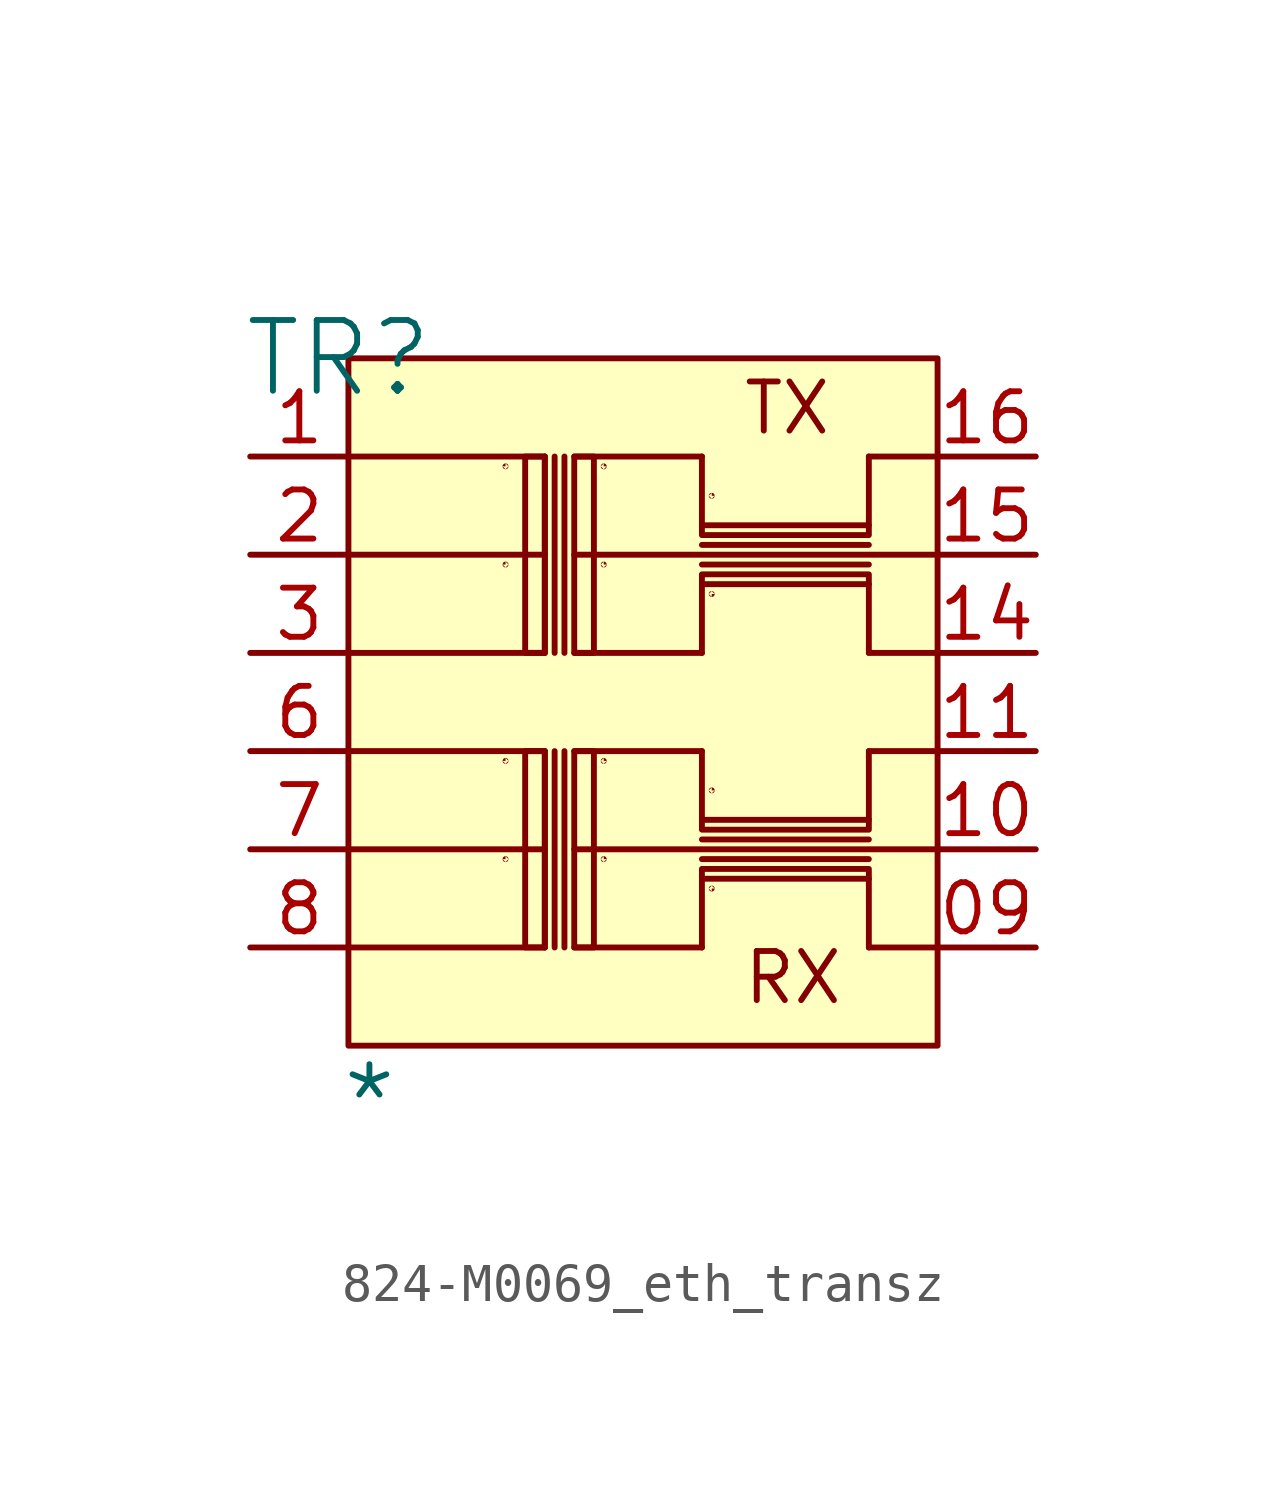
<source format=kicad_sym>
(kicad_symbol_lib
  (version 20241209)
  (generator "kicad_symbol_editor")
  (generator_version "9.0")
  (symbol "824-M0069_eth_transz"
    (pin_names
      (hide yes))
    (property "Reference" "TR"
      (at -0.254 0 0)
      (effects (font (size 1.829 1.829))))
    (property "Value" "*"
      (at -0.254 -20.32 0)
      (effects (font (size 1.829 1.829)) (justify left bottom)))
    (symbol "824-M0069_eth_transz_1_0"
      (polyline (pts (xy 0 -2.54) (xy 5.08 -2.54)) (stroke (width 0) (type solid)) (fill (type none)))
      (polyline (pts (xy 0 -5.08) (xy 5.08 -5.08)) (stroke (width 0) (type solid)) (fill (type none)))
      (polyline (pts (xy 0 -10.16) (xy 5.08 -10.16)) (stroke (width 0) (type solid)) (fill (type none)))
      (polyline (pts (xy 0 -12.7) (xy 5.08 -12.7)) (stroke (width 0) (type solid)) (fill (type none)))
      (circle (center 4.064 -2.794) (radius 0.0001) (stroke (width 0) (type solid)) (fill (type outline)))
      (circle (center 4.064 -5.334) (radius 0.0001) (stroke (width 0) (type solid)) (fill (type outline)))
      (circle (center 4.064 -10.414) (radius 0.0001) (stroke (width 0) (type solid)) (fill (type outline)))
      (circle (center 4.064 -12.954) (radius 0.0001) (stroke (width 0) (type solid)) (fill (type outline)))
      (polyline (pts (xy 5.08 -2.54) (xy 5.08 -7.62)) (stroke (width 0) (type solid)) (fill (type none)))
      (rectangle (start 5.08 -2.54) (end 4.572 -7.62) (stroke (width 0) (type solid) (color 128 0 0 1)) (fill (type background)))
      (polyline (pts (xy 5.08 -7.62) (xy 0 -7.62)) (stroke (width 0) (type solid)) (fill (type none)))
      (polyline (pts (xy 5.08 -10.16) (xy 5.08 -15.24)) (stroke (width 0) (type solid)) (fill (type none)))
      (rectangle (start 5.08 -10.16) (end 4.572 -15.24) (stroke (width 0) (type solid) (color 128 0 0 1)) (fill (type background)))
      (polyline (pts (xy 5.08 -15.24) (xy 0 -15.24)) (stroke (width 0) (type solid)) (fill (type none)))
      (polyline (pts (xy 5.334 -2.54) (xy 5.334 -7.62)) (stroke (width 0) (type solid)) (fill (type none)))
      (polyline (pts (xy 5.334 -10.16) (xy 5.334 -15.24)) (stroke (width 0) (type solid)) (fill (type none)))
      (polyline (pts (xy 5.588 -2.54) (xy 5.588 -7.62)) (stroke (width 0) (type solid)) (fill (type none)))
      (polyline (pts (xy 5.588 -10.16) (xy 5.588 -15.24)) (stroke (width 0) (type solid)) (fill (type none)))
      (polyline (pts (xy 5.842 -2.54) (xy 9.144 -2.54)) (stroke (width 0) (type solid)) (fill (type none)))
      (polyline (pts (xy 5.842 -10.16) (xy 9.144 -10.16)) (stroke (width 0) (type solid)) (fill (type none)))
      (rectangle (start 6.35 -2.54) (end 5.842 -7.62) (stroke (width 0) (type solid) (color 128 0 0 1)) (fill (type background)))
      (rectangle (start 6.35 -10.16) (end 5.842 -15.24) (stroke (width 0) (type solid) (color 128 0 0 1)) (fill (type background)))
      (circle (center 6.604 -2.794) (radius 0.0001) (stroke (width 0) (type solid)) (fill (type outline)))
      (circle (center 6.604 -5.334) (radius 0.0001) (stroke (width 0) (type solid)) (fill (type outline)))
      (circle (center 6.604 -10.414) (radius 0.0001) (stroke (width 0) (type solid)) (fill (type outline)))
      (circle (center 6.604 -12.954) (radius 0.0001) (stroke (width 0) (type solid)) (fill (type outline)))
      (polyline (pts (xy 9.144 -4.318) (xy 9.144 -2.54)) (stroke (width 0) (type solid)) (fill (type none)))
      (polyline (pts (xy 9.144 -4.826) (xy 13.462 -4.826)) (stroke (width 0) (type solid)) (fill (type none)))
      (polyline (pts (xy 9.144 -5.334) (xy 13.462 -5.334)) (stroke (width 0) (type solid)) (fill (type none)))
      (polyline (pts (xy 9.144 -5.842) (xy 9.144 -7.62)) (stroke (width 0) (type solid)) (fill (type none)))
      (polyline (pts (xy 9.144 -7.62) (xy 5.842 -7.62)) (stroke (width 0) (type solid)) (fill (type none)))
      (polyline (pts (xy 9.144 -11.938) (xy 9.144 -10.16)) (stroke (width 0) (type solid)) (fill (type none)))
      (polyline (pts (xy 9.144 -12.446) (xy 13.462 -12.446)) (stroke (width 0) (type solid)) (fill (type none)))
      (polyline (pts (xy 9.144 -12.954) (xy 13.462 -12.954)) (stroke (width 0) (type solid)) (fill (type none)))
      (polyline (pts (xy 9.144 -13.462) (xy 9.144 -15.24)) (stroke (width 0) (type solid)) (fill (type none)))
      (polyline (pts (xy 9.144 -15.24) (xy 5.842 -15.24)) (stroke (width 0) (type solid)) (fill (type none)))
      (circle (center 9.398 -3.556) (radius 0.0001) (stroke (width 0) (type solid)) (fill (type outline)))
      (circle (center 9.398 -6.096) (radius 0.0001) (stroke (width 0) (type solid)) (fill (type outline)))
      (circle (center 9.398 -11.176) (radius 0.0001) (stroke (width 0) (type solid)) (fill (type outline)))
      (circle (center 9.398 -13.716) (radius 0.0001) (stroke (width 0) (type solid)) (fill (type outline)))
      (polyline (pts (xy 13.462 -4.318) (xy 13.462 -2.54)) (stroke (width 0) (type solid)) (fill (type none)))
      (rectangle (start 13.462 -4.318) (end 9.144 -4.572) (stroke (width 0) (type solid) (color 128 0 0 1)) (fill (type background)))
      (rectangle (start 13.462 -5.588) (end 9.144 -5.842) (stroke (width 0) (type solid) (color 128 0 0 1)) (fill (type background)))
      (polyline (pts (xy 13.462 -5.842) (xy 13.462 -7.62)) (stroke (width 0) (type solid)) (fill (type none)))
      (polyline (pts (xy 13.462 -7.62) (xy 15.24 -7.62)) (stroke (width 0) (type solid)) (fill (type none)))
      (polyline (pts (xy 13.462 -11.938) (xy 13.462 -10.16)) (stroke (width 0) (type solid)) (fill (type none)))
      (rectangle (start 13.462 -11.938) (end 9.144 -12.192) (stroke (width 0) (type solid) (color 128 0 0 1)) (fill (type background)))
      (rectangle (start 13.462 -13.208) (end 9.144 -13.462) (stroke (width 0) (type solid) (color 128 0 0 1)) (fill (type background)))
      (polyline (pts (xy 13.462 -13.462) (xy 13.462 -15.24)) (stroke (width 0) (type solid)) (fill (type none)))
      (polyline (pts (xy 13.462 -15.24) (xy 15.24 -15.24)) (stroke (width 0) (type solid)) (fill (type none)))
      (rectangle (start 15.24 0) (end 0 -17.78) (stroke (width 0) (type solid) (color 128 0 0 1)) (fill (type background)))
      (polyline (pts (xy 15.24 -2.54) (xy 13.462 -2.54)) (stroke (width 0) (type solid)) (fill (type none)))
      (polyline (pts (xy 15.24 -5.08) (xy 5.842 -5.08)) (stroke (width 0) (type solid)) (fill (type none)))
      (polyline (pts (xy 15.24 -10.16) (xy 13.462 -10.16)) (stroke (width 0) (type solid)) (fill (type none)))
      (polyline (pts (xy 15.24 -12.7) (xy 5.842 -12.7)) (stroke (width 0) (type solid)) (fill (type none)))
      (text "TX" (at 10.16 -2.032 0) (effects (font (size 1.27 1.27)) (justify left bottom)))
      (text "RX" (at 10.16 -16.764 0) (effects (font (size 1.27 1.27)) (justify left bottom)))
      (pin passive line (at -2.54 -2.54 0) (length 2.54) (name "1" (effects (font (size 1.27 1.27)))) (number "1" (effects (font (size 1.27 1.27)))))
      (pin passive line (at -2.54 -5.08 0) (length 2.54) (name "2" (effects (font (size 1.27 1.27)))) (number "2" (effects (font (size 1.27 1.27)))))
      (pin passive line (at -2.54 -7.62 0) (length 2.54) (name "3" (effects (font (size 1.27 1.27)))) (number "3" (effects (font (size 1.27 1.27)))))
      (pin passive line (at -2.54 -10.16 0) (length 2.54) (name "6" (effects (font (size 1.27 1.27)))) (number "6" (effects (font (size 1.27 1.27)))))
      (pin passive line (at -2.54 -12.7 0) (length 2.54) (name "7" (effects (font (size 1.27 1.27)))) (number "7" (effects (font (size 1.27 1.27)))))
      (pin passive line (at -2.54 -15.24 0) (length 2.54) (name "8" (effects (font (size 1.27 1.27)))) (number "8" (effects (font (size 1.27 1.27)))))
      (pin power_in line (at 7.62 2.54 270) (length 2.54) (hide yes) (name "NC" (effects (font (size 1.27 1.27)))) (number "4" (effects (font (size 1.27 1.27)))))
      (pin power_in line (at 10.16 2.54 270) (length 2.54) (hide yes) (name "NC" (effects (font (size 1.27 1.27)))) (number "5" (effects (font (size 1.27 1.27)))))
      (pin power_in line (at 12.7 2.54 270) (length 2.54) (hide yes) (name "NC" (effects (font (size 1.27 1.27)))) (number "13" (effects (font (size 1.27 1.27)))))
      (pin power_in line (at 15.24 2.54 270) (length 2.54) (hide yes) (name "NC" (effects (font (size 1.27 1.27)))) (number "12" (effects (font (size 1.27 1.27)))))
      (pin passive line (at 17.78 -2.54 180) (length 2.54) (name "16" (effects (font (size 1.27 1.27)))) (number "16" (effects (font (size 1.27 1.27)))))
      (pin passive line (at 17.78 -5.08 180) (length 2.54) (name "15" (effects (font (size 1.27 1.27)))) (number "15" (effects (font (size 1.27 1.27)))))
      (pin passive line (at 17.78 -7.62 180) (length 2.54) (name "14" (effects (font (size 1.27 1.27)))) (number "14" (effects (font (size 1.27 1.27)))))
      (pin passive line (at 17.78 -10.16 180) (length 2.54) (name "11" (effects (font (size 1.27 1.27)))) (number "11" (effects (font (size 1.27 1.27)))))
      (pin passive line (at 17.78 -12.7 180) (length 2.54) (name "10" (effects (font (size 1.27 1.27)))) (number "10" (effects (font (size 1.27 1.27)))))
      (pin passive line (at 17.78 -15.24 180) (length 2.54) (name "09" (effects (font (size 1.27 1.27)))) (number "09" (effects (font (size 1.27 1.27))))))))
</source>
